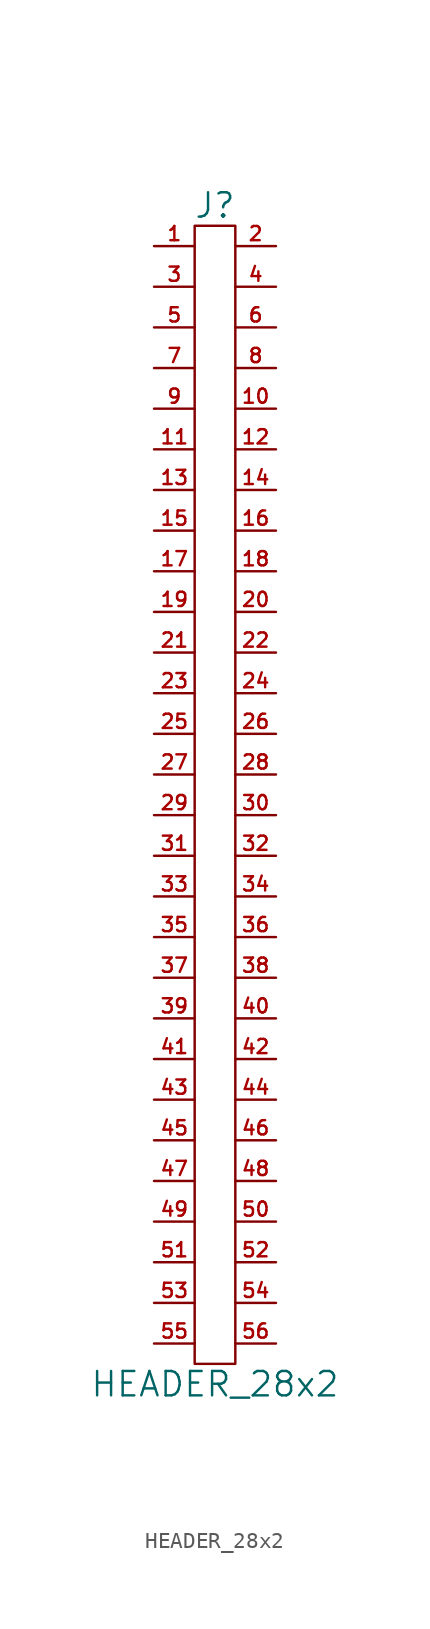
<source format=kicad_sym>
(kicad_symbol_lib
  (version 20220914)
  (generator kicad_symbol_editor)
  (symbol "HEADER_28x2"
    (pin_names
      (offset 0))
    (property "Reference" "J"
      (at 0 36.83 0)
      (effects (font (size 1.524 1.524))))
    (property "Value" "HEADER_28x2"
      (at 0 -36.83 0)
      (effects (font (size 1.524 1.524))))
    (property "Footprint" ""
      (at 0 -2.54 0)
      (effects (font (size 1.524 1.524))))
    (property "Datasheet" ""
      (at 0 0 0)
      (effects (font (size 1.524 1.524))))
    (symbol "HEADER_28x2_0_1"
      (rectangle (start 1.27 -35.56) (end -1.27 35.56) (stroke (width 0) (type solid)) (fill (type none))))
    (symbol "HEADER_28x2_1_1"
      (pin passive line (at -3.81 34.29 0) (length 2.54) (name "~" (effects (font (size 1.27 1.27)))) (number "1" (effects (font (size 0.889 0.889)))))
      (pin passive line (at 3.81 24.13 180) (length 2.54) (name "~" (effects (font (size 1.27 1.27)))) (number "10" (effects (font (size 0.889 0.889)))))
      (pin passive line (at -3.81 21.59 0) (length 2.54) (name "~" (effects (font (size 1.27 1.27)))) (number "11" (effects (font (size 0.889 0.889)))))
      (pin passive line (at 3.81 21.59 180) (length 2.54) (name "~" (effects (font (size 1.27 1.27)))) (number "12" (effects (font (size 0.889 0.889)))))
      (pin passive line (at -3.81 19.05 0) (length 2.54) (name "~" (effects (font (size 1.27 1.27)))) (number "13" (effects (font (size 0.889 0.889)))))
      (pin passive line (at 3.81 19.05 180) (length 2.54) (name "~" (effects (font (size 1.27 1.27)))) (number "14" (effects (font (size 0.889 0.889)))))
      (pin passive line (at -3.81 16.51 0) (length 2.54) (name "~" (effects (font (size 1.27 1.27)))) (number "15" (effects (font (size 0.889 0.889)))))
      (pin passive line (at 3.81 16.51 180) (length 2.54) (name "~" (effects (font (size 1.27 1.27)))) (number "16" (effects (font (size 0.889 0.889)))))
      (pin passive line (at -3.81 13.97 0) (length 2.54) (name "~" (effects (font (size 1.27 1.27)))) (number "17" (effects (font (size 0.889 0.889)))))
      (pin passive line (at 3.81 13.97 180) (length 2.54) (name "~" (effects (font (size 1.27 1.27)))) (number "18" (effects (font (size 0.889 0.889)))))
      (pin passive line (at -3.81 11.43 0) (length 2.54) (name "~" (effects (font (size 1.27 1.27)))) (number "19" (effects (font (size 0.889 0.889)))))
      (pin passive line (at 3.81 34.29 180) (length 2.54) (name "~" (effects (font (size 1.27 1.27)))) (number "2" (effects (font (size 0.889 0.889)))))
      (pin passive line (at 3.81 11.43 180) (length 2.54) (name "~" (effects (font (size 1.27 1.27)))) (number "20" (effects (font (size 0.889 0.889)))))
      (pin passive line (at -3.81 8.89 0) (length 2.54) (name "~" (effects (font (size 1.27 1.27)))) (number "21" (effects (font (size 0.889 0.889)))))
      (pin passive line (at 3.81 8.89 180) (length 2.54) (name "~" (effects (font (size 1.27 1.27)))) (number "22" (effects (font (size 0.889 0.889)))))
      (pin passive line (at -3.81 6.35 0) (length 2.54) (name "~" (effects (font (size 1.27 1.27)))) (number "23" (effects (font (size 0.889 0.889)))))
      (pin passive line (at 3.81 6.35 180) (length 2.54) (name "~" (effects (font (size 1.27 1.27)))) (number "24" (effects (font (size 0.889 0.889)))))
      (pin passive line (at -3.81 3.81 0) (length 2.54) (name "~" (effects (font (size 1.27 1.27)))) (number "25" (effects (font (size 0.889 0.889)))))
      (pin passive line (at 3.81 3.81 180) (length 2.54) (name "~" (effects (font (size 1.27 1.27)))) (number "26" (effects (font (size 0.889 0.889)))))
      (pin passive line (at -3.81 1.27 0) (length 2.54) (name "~" (effects (font (size 1.27 1.27)))) (number "27" (effects (font (size 0.889 0.889)))))
      (pin passive line (at 3.81 1.27 180) (length 2.54) (name "~" (effects (font (size 1.27 1.27)))) (number "28" (effects (font (size 0.889 0.889)))))
      (pin passive line (at -3.81 -1.27 0) (length 2.54) (name "~" (effects (font (size 1.27 1.27)))) (number "29" (effects (font (size 0.889 0.889)))))
      (pin passive line (at -3.81 31.75 0) (length 2.54) (name "~" (effects (font (size 1.27 1.27)))) (number "3" (effects (font (size 0.889 0.889)))))
      (pin passive line (at 3.81 -1.27 180) (length 2.54) (name "~" (effects (font (size 1.27 1.27)))) (number "30" (effects (font (size 0.889 0.889)))))
      (pin passive line (at -3.81 -3.81 0) (length 2.54) (name "~" (effects (font (size 1.27 1.27)))) (number "31" (effects (font (size 0.889 0.889)))))
      (pin passive line (at 3.81 -3.81 180) (length 2.54) (name "~" (effects (font (size 1.27 1.27)))) (number "32" (effects (font (size 0.889 0.889)))))
      (pin passive line (at -3.81 -6.35 0) (length 2.54) (name "~" (effects (font (size 1.27 1.27)))) (number "33" (effects (font (size 0.889 0.889)))))
      (pin passive line (at 3.81 -6.35 180) (length 2.54) (name "~" (effects (font (size 1.27 1.27)))) (number "34" (effects (font (size 0.889 0.889)))))
      (pin passive line (at -3.81 -8.89 0) (length 2.54) (name "~" (effects (font (size 1.27 1.27)))) (number "35" (effects (font (size 0.889 0.889)))))
      (pin passive line (at 3.81 -8.89 180) (length 2.54) (name "~" (effects (font (size 1.27 1.27)))) (number "36" (effects (font (size 0.889 0.889)))))
      (pin passive line (at -3.81 -11.43 0) (length 2.54) (name "~" (effects (font (size 0.889 0.889)))) (number "37" (effects (font (size 0.889 0.889)))))
      (pin passive line (at 3.81 -11.43 180) (length 2.54) (name "~" (effects (font (size 1.27 1.27)))) (number "38" (effects (font (size 0.889 0.889)))))
      (pin passive line (at -3.81 -13.97 0) (length 2.54) (name "~" (effects (font (size 1.27 1.27)))) (number "39" (effects (font (size 0.889 0.889)))))
      (pin passive line (at 3.81 31.75 180) (length 2.54) (name "~" (effects (font (size 1.27 1.27)))) (number "4" (effects (font (size 0.889 0.889)))))
      (pin passive line (at 3.81 -13.97 180) (length 2.54) (name "~" (effects (font (size 1.27 1.27)))) (number "40" (effects (font (size 0.889 0.889)))))
      (pin passive line (at -3.81 -16.51 0) (length 2.54) (name "~" (effects (font (size 1.27 1.27)))) (number "41" (effects (font (size 0.889 0.889)))))
      (pin passive line (at 3.81 -16.51 180) (length 2.54) (name "~" (effects (font (size 1.27 1.27)))) (number "42" (effects (font (size 0.889 0.889)))))
      (pin passive line (at -3.81 -19.05 0) (length 2.54) (name "~" (effects (font (size 1.27 1.27)))) (number "43" (effects (font (size 0.889 0.889)))))
      (pin passive line (at 3.81 -19.05 180) (length 2.54) (name "~" (effects (font (size 1.27 1.27)))) (number "44" (effects (font (size 0.889 0.889)))))
      (pin passive line (at -3.81 -21.59 0) (length 2.54) (name "~" (effects (font (size 1.27 1.27)))) (number "45" (effects (font (size 0.889 0.889)))))
      (pin passive line (at 3.81 -21.59 180) (length 2.54) (name "~" (effects (font (size 1.27 1.27)))) (number "46" (effects (font (size 0.889 0.889)))))
      (pin passive line (at -3.81 -24.13 0) (length 2.54) (name "~" (effects (font (size 1.27 1.27)))) (number "47" (effects (font (size 0.889 0.889)))))
      (pin passive line (at 3.81 -24.13 180) (length 2.54) (name "~" (effects (font (size 1.27 1.27)))) (number "48" (effects (font (size 0.889 0.889)))))
      (pin passive line (at -3.81 -26.67 0) (length 2.54) (name "~" (effects (font (size 1.27 1.27)))) (number "49" (effects (font (size 0.889 0.889)))))
      (pin passive line (at -3.81 29.21 0) (length 2.54) (name "~" (effects (font (size 1.27 1.27)))) (number "5" (effects (font (size 0.889 0.889)))))
      (pin passive line (at 3.81 -26.67 180) (length 2.54) (name "~" (effects (font (size 1.27 1.27)))) (number "50" (effects (font (size 0.889 0.889)))))
      (pin passive line (at -3.81 -29.21 0) (length 2.54) (name "~" (effects (font (size 1.27 1.27)))) (number "51" (effects (font (size 0.889 0.889)))))
      (pin passive line (at 3.81 -29.21 180) (length 2.54) (name "~" (effects (font (size 1.27 1.27)))) (number "52" (effects (font (size 0.889 0.889)))))
      (pin passive line (at -3.81 -31.75 0) (length 2.54) (name "~" (effects (font (size 1.27 1.27)))) (number "53" (effects (font (size 0.889 0.889)))))
      (pin passive line (at 3.81 -31.75 180) (length 2.54) (name "~" (effects (font (size 1.27 1.27)))) (number "54" (effects (font (size 0.889 0.889)))))
      (pin passive line (at -3.81 -34.29 0) (length 2.54) (name "~" (effects (font (size 1.27 1.27)))) (number "55" (effects (font (size 0.889 0.889)))))
      (pin passive line (at 3.81 -34.29 180) (length 2.54) (name "~" (effects (font (size 1.27 1.27)))) (number "56" (effects (font (size 0.889 0.889)))))
      (pin passive line (at 3.81 29.21 180) (length 2.54) (name "~" (effects (font (size 1.27 1.27)))) (number "6" (effects (font (size 0.889 0.889)))))
      (pin passive line (at -3.81 26.67 0) (length 2.54) (name "~" (effects (font (size 1.27 1.27)))) (number "7" (effects (font (size 0.889 0.889)))))
      (pin passive line (at 3.81 26.67 180) (length 2.54) (name "~" (effects (font (size 1.27 1.27)))) (number "8" (effects (font (size 0.889 0.889)))))
      (pin passive line (at -3.81 24.13 0) (length 2.54) (name "~" (effects (font (size 1.27 1.27)))) (number "9" (effects (font (size 0.889 0.889))))))))
</source>
